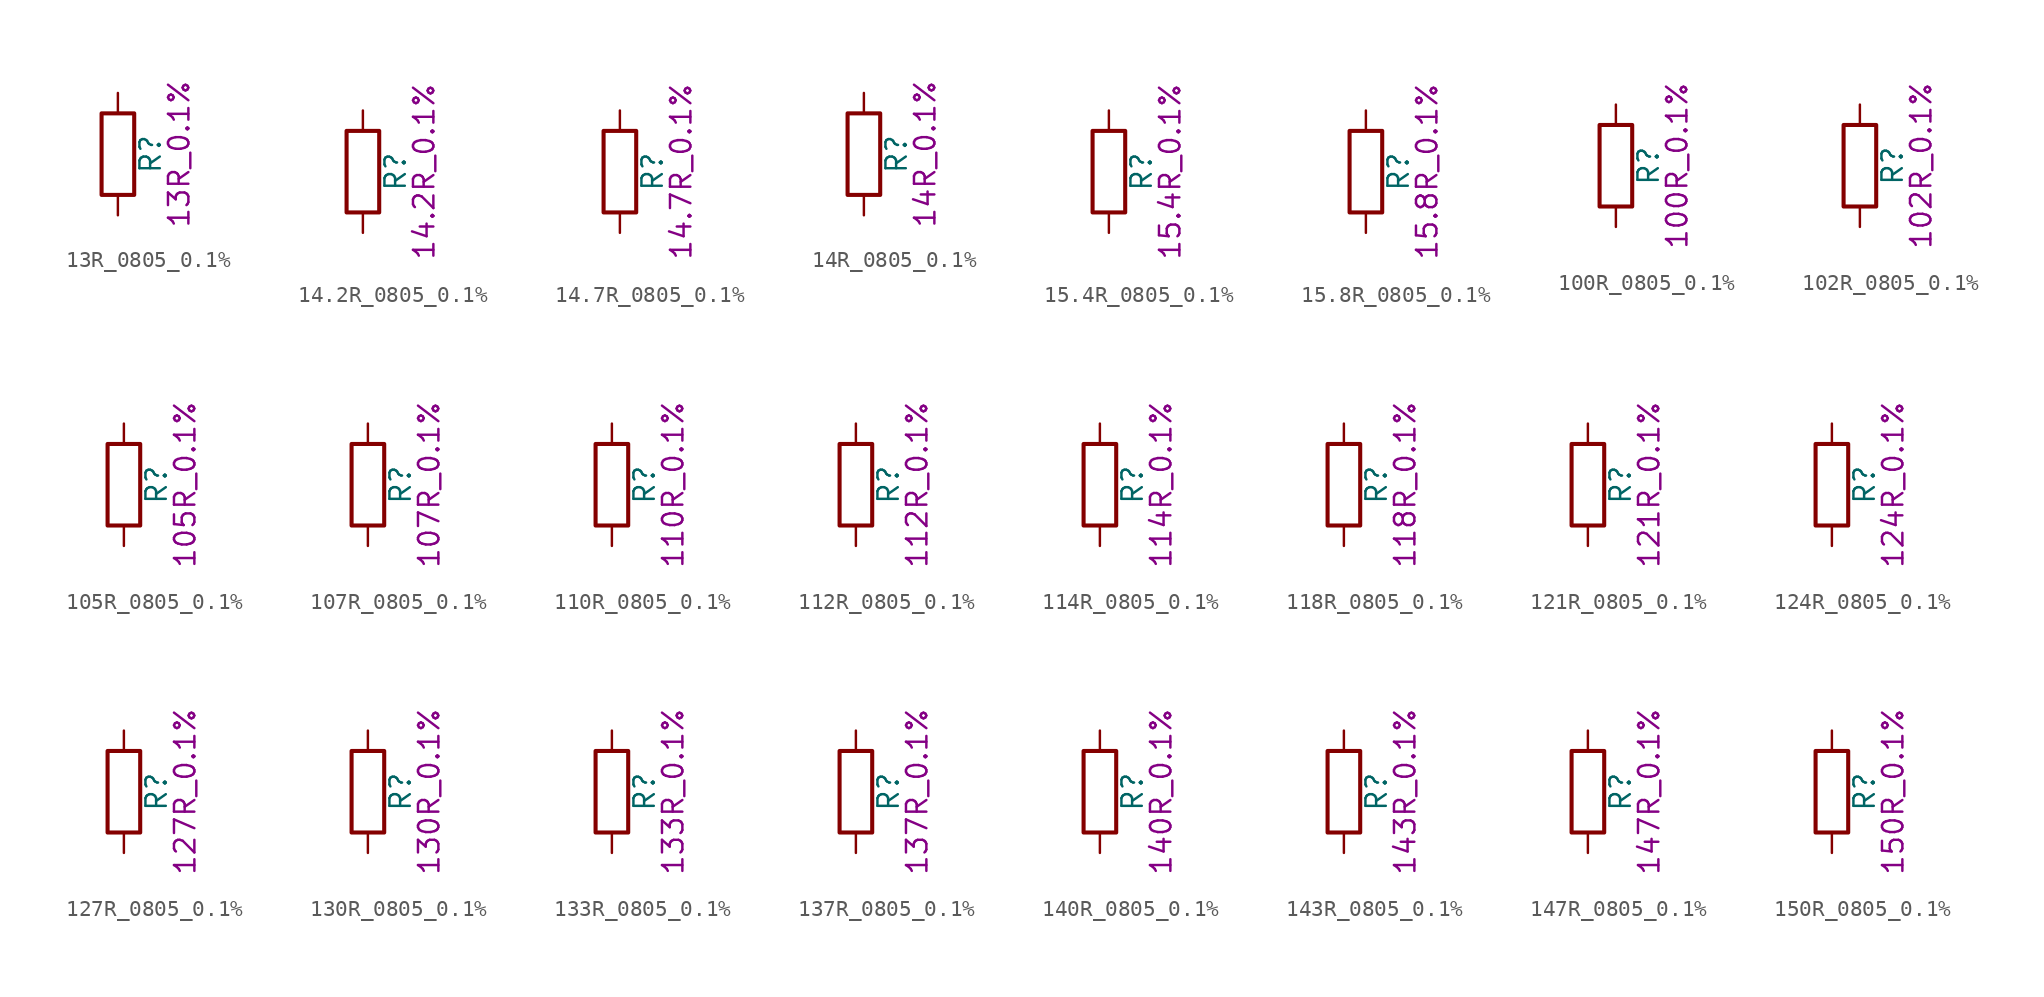
<source format=kicad_sym>
(kicad_symbol_lib
  (version 20211014)
  (generator kicad_symbol_editor)
  (symbol "13R_0805_0.1%"
    (pin_numbers hide)
    (pin_names
      (offset 0))
    (property "Reference" "R"
      (at 2.032 0 90)
      (effects (font (size 1.27 1.27))))
    (property "Display" "13R_0.1%"
      (at 3.81 0 90)
      (effects (font (size 1.27 1.27))))
    (symbol "13R_0805_0.1%_0_1"
      (rectangle (start -1.016 -2.54) (end 1.016 2.54) (stroke (width 0.254) (type default) (color 0 0 0 0)) (fill (type none))))
    (symbol "13R_0805_0.1%_1_1"
      (pin passive line (at 0 3.81 270) (length 1.27) (name "~" (effects (font (size 1.27 1.27)))) (number "1" (effects (font (size 1.27 1.27)))))
      (pin passive line (at 0 -3.81 90) (length 1.27) (name "~" (effects (font (size 1.27 1.27)))) (number "2" (effects (font (size 1.27 1.27)))))))
  (symbol "14.2R_0805_0.1%"
    (pin_numbers hide)
    (pin_names
      (offset 0))
    (property "Reference" "R"
      (at 2.032 0 90)
      (effects (font (size 1.27 1.27))))
    (property "Display" "14.2R_0.1%"
      (at 3.81 0 90)
      (effects (font (size 1.27 1.27))))
    (symbol "14.2R_0805_0.1%_0_1"
      (rectangle (start -1.016 -2.54) (end 1.016 2.54) (stroke (width 0.254) (type default) (color 0 0 0 0)) (fill (type none))))
    (symbol "14.2R_0805_0.1%_1_1"
      (pin passive line (at 0 3.81 270) (length 1.27) (name "~" (effects (font (size 1.27 1.27)))) (number "1" (effects (font (size 1.27 1.27)))))
      (pin passive line (at 0 -3.81 90) (length 1.27) (name "~" (effects (font (size 1.27 1.27)))) (number "2" (effects (font (size 1.27 1.27)))))))
  (symbol "14.7R_0805_0.1%"
    (pin_numbers hide)
    (pin_names
      (offset 0))
    (property "Reference" "R"
      (at 2.032 0 90)
      (effects (font (size 1.27 1.27))))
    (property "Display" "14.7R_0.1%"
      (at 3.81 0 90)
      (effects (font (size 1.27 1.27))))
    (symbol "14.7R_0805_0.1%_0_1"
      (rectangle (start -1.016 -2.54) (end 1.016 2.54) (stroke (width 0.254) (type default) (color 0 0 0 0)) (fill (type none))))
    (symbol "14.7R_0805_0.1%_1_1"
      (pin passive line (at 0 3.81 270) (length 1.27) (name "~" (effects (font (size 1.27 1.27)))) (number "1" (effects (font (size 1.27 1.27)))))
      (pin passive line (at 0 -3.81 90) (length 1.27) (name "~" (effects (font (size 1.27 1.27)))) (number "2" (effects (font (size 1.27 1.27)))))))
  (symbol "14R_0805_0.1%"
    (pin_numbers hide)
    (pin_names
      (offset 0))
    (property "Reference" "R"
      (at 2.032 0 90)
      (effects (font (size 1.27 1.27))))
    (property "Display" "14R_0.1%"
      (at 3.81 0 90)
      (effects (font (size 1.27 1.27))))
    (symbol "14R_0805_0.1%_0_1"
      (rectangle (start -1.016 -2.54) (end 1.016 2.54) (stroke (width 0.254) (type default) (color 0 0 0 0)) (fill (type none))))
    (symbol "14R_0805_0.1%_1_1"
      (pin passive line (at 0 3.81 270) (length 1.27) (name "~" (effects (font (size 1.27 1.27)))) (number "1" (effects (font (size 1.27 1.27)))))
      (pin passive line (at 0 -3.81 90) (length 1.27) (name "~" (effects (font (size 1.27 1.27)))) (number "2" (effects (font (size 1.27 1.27)))))))
  (symbol "15.4R_0805_0.1%"
    (pin_numbers hide)
    (pin_names
      (offset 0))
    (property "Reference" "R"
      (at 2.032 0 90)
      (effects (font (size 1.27 1.27))))
    (property "Display" "15.4R_0.1%"
      (at 3.81 0 90)
      (effects (font (size 1.27 1.27))))
    (symbol "15.4R_0805_0.1%_0_1"
      (rectangle (start -1.016 -2.54) (end 1.016 2.54) (stroke (width 0.254) (type default) (color 0 0 0 0)) (fill (type none))))
    (symbol "15.4R_0805_0.1%_1_1"
      (pin passive line (at 0 3.81 270) (length 1.27) (name "~" (effects (font (size 1.27 1.27)))) (number "1" (effects (font (size 1.27 1.27)))))
      (pin passive line (at 0 -3.81 90) (length 1.27) (name "~" (effects (font (size 1.27 1.27)))) (number "2" (effects (font (size 1.27 1.27)))))))
  (symbol "15.8R_0805_0.1%"
    (pin_numbers hide)
    (pin_names
      (offset 0))
    (property "Reference" "R"
      (at 2.032 0 90)
      (effects (font (size 1.27 1.27))))
    (property "Display" "15.8R_0.1%"
      (at 3.81 0 90)
      (effects (font (size 1.27 1.27))))
    (symbol "15.8R_0805_0.1%_0_1"
      (rectangle (start -1.016 -2.54) (end 1.016 2.54) (stroke (width 0.254) (type default) (color 0 0 0 0)) (fill (type none))))
    (symbol "15.8R_0805_0.1%_1_1"
      (pin passive line (at 0 3.81 270) (length 1.27) (name "~" (effects (font (size 1.27 1.27)))) (number "1" (effects (font (size 1.27 1.27)))))
      (pin passive line (at 0 -3.81 90) (length 1.27) (name "~" (effects (font (size 1.27 1.27)))) (number "2" (effects (font (size 1.27 1.27)))))))
  (symbol "100R_0805_0.1%"
    (pin_numbers hide)
    (pin_names
      (offset 0))
    (property "Reference" "R"
      (at 2.032 0 90)
      (effects (font (size 1.27 1.27))))
    (property "Display" "100R_0.1%"
      (at 3.81 0 90)
      (effects (font (size 1.27 1.27))))
    (symbol "100R_0805_0.1%_0_1"
      (rectangle (start -1.016 -2.54) (end 1.016 2.54) (stroke (width 0.254) (type default) (color 0 0 0 0)) (fill (type none))))
    (symbol "100R_0805_0.1%_1_1"
      (pin passive line (at 0 3.81 270) (length 1.27) (name "~" (effects (font (size 1.27 1.27)))) (number "1" (effects (font (size 1.27 1.27)))))
      (pin passive line (at 0 -3.81 90) (length 1.27) (name "~" (effects (font (size 1.27 1.27)))) (number "2" (effects (font (size 1.27 1.27)))))))
  (symbol "102R_0805_0.1%"
    (pin_numbers hide)
    (pin_names
      (offset 0))
    (property "Reference" "R"
      (at 2.032 0 90)
      (effects (font (size 1.27 1.27))))
    (property "Display" "102R_0.1%"
      (at 3.81 0 90)
      (effects (font (size 1.27 1.27))))
    (symbol "102R_0805_0.1%_0_1"
      (rectangle (start -1.016 -2.54) (end 1.016 2.54) (stroke (width 0.254) (type default) (color 0 0 0 0)) (fill (type none))))
    (symbol "102R_0805_0.1%_1_1"
      (pin passive line (at 0 3.81 270) (length 1.27) (name "~" (effects (font (size 1.27 1.27)))) (number "1" (effects (font (size 1.27 1.27)))))
      (pin passive line (at 0 -3.81 90) (length 1.27) (name "~" (effects (font (size 1.27 1.27)))) (number "2" (effects (font (size 1.27 1.27)))))))
  (symbol "105R_0805_0.1%"
    (pin_numbers hide)
    (pin_names
      (offset 0))
    (property "Reference" "R"
      (at 2.032 0 90)
      (effects (font (size 1.27 1.27))))
    (property "Display" "105R_0.1%"
      (at 3.81 0 90)
      (effects (font (size 1.27 1.27))))
    (symbol "105R_0805_0.1%_0_1"
      (rectangle (start -1.016 -2.54) (end 1.016 2.54) (stroke (width 0.254) (type default) (color 0 0 0 0)) (fill (type none))))
    (symbol "105R_0805_0.1%_1_1"
      (pin passive line (at 0 3.81 270) (length 1.27) (name "~" (effects (font (size 1.27 1.27)))) (number "1" (effects (font (size 1.27 1.27)))))
      (pin passive line (at 0 -3.81 90) (length 1.27) (name "~" (effects (font (size 1.27 1.27)))) (number "2" (effects (font (size 1.27 1.27)))))))
  (symbol "107R_0805_0.1%"
    (pin_numbers hide)
    (pin_names
      (offset 0))
    (property "Reference" "R"
      (at 2.032 0 90)
      (effects (font (size 1.27 1.27))))
    (property "Display" "107R_0.1%"
      (at 3.81 0 90)
      (effects (font (size 1.27 1.27))))
    (symbol "107R_0805_0.1%_0_1"
      (rectangle (start -1.016 -2.54) (end 1.016 2.54) (stroke (width 0.254) (type default) (color 0 0 0 0)) (fill (type none))))
    (symbol "107R_0805_0.1%_1_1"
      (pin passive line (at 0 3.81 270) (length 1.27) (name "~" (effects (font (size 1.27 1.27)))) (number "1" (effects (font (size 1.27 1.27)))))
      (pin passive line (at 0 -3.81 90) (length 1.27) (name "~" (effects (font (size 1.27 1.27)))) (number "2" (effects (font (size 1.27 1.27)))))))
  (symbol "110R_0805_0.1%"
    (pin_numbers hide)
    (pin_names
      (offset 0))
    (property "Reference" "R"
      (at 2.032 0 90)
      (effects (font (size 1.27 1.27))))
    (property "Display" "110R_0.1%"
      (at 3.81 0 90)
      (effects (font (size 1.27 1.27))))
    (symbol "110R_0805_0.1%_0_1"
      (rectangle (start -1.016 -2.54) (end 1.016 2.54) (stroke (width 0.254) (type default) (color 0 0 0 0)) (fill (type none))))
    (symbol "110R_0805_0.1%_1_1"
      (pin passive line (at 0 3.81 270) (length 1.27) (name "~" (effects (font (size 1.27 1.27)))) (number "1" (effects (font (size 1.27 1.27)))))
      (pin passive line (at 0 -3.81 90) (length 1.27) (name "~" (effects (font (size 1.27 1.27)))) (number "2" (effects (font (size 1.27 1.27)))))))
  (symbol "112R_0805_0.1%"
    (pin_numbers hide)
    (pin_names
      (offset 0))
    (property "Reference" "R"
      (at 2.032 0 90)
      (effects (font (size 1.27 1.27))))
    (property "Display" "112R_0.1%"
      (at 3.81 0 90)
      (effects (font (size 1.27 1.27))))
    (symbol "112R_0805_0.1%_0_1"
      (rectangle (start -1.016 -2.54) (end 1.016 2.54) (stroke (width 0.254) (type default) (color 0 0 0 0)) (fill (type none))))
    (symbol "112R_0805_0.1%_1_1"
      (pin passive line (at 0 3.81 270) (length 1.27) (name "~" (effects (font (size 1.27 1.27)))) (number "1" (effects (font (size 1.27 1.27)))))
      (pin passive line (at 0 -3.81 90) (length 1.27) (name "~" (effects (font (size 1.27 1.27)))) (number "2" (effects (font (size 1.27 1.27)))))))
  (symbol "114R_0805_0.1%"
    (pin_numbers hide)
    (pin_names
      (offset 0))
    (property "Reference" "R"
      (at 2.032 0 90)
      (effects (font (size 1.27 1.27))))
    (property "Display" "114R_0.1%"
      (at 3.81 0 90)
      (effects (font (size 1.27 1.27))))
    (symbol "114R_0805_0.1%_0_1"
      (rectangle (start -1.016 -2.54) (end 1.016 2.54) (stroke (width 0.254) (type default) (color 0 0 0 0)) (fill (type none))))
    (symbol "114R_0805_0.1%_1_1"
      (pin passive line (at 0 3.81 270) (length 1.27) (name "~" (effects (font (size 1.27 1.27)))) (number "1" (effects (font (size 1.27 1.27)))))
      (pin passive line (at 0 -3.81 90) (length 1.27) (name "~" (effects (font (size 1.27 1.27)))) (number "2" (effects (font (size 1.27 1.27)))))))
  (symbol "118R_0805_0.1%"
    (pin_numbers hide)
    (pin_names
      (offset 0))
    (property "Reference" "R"
      (at 2.032 0 90)
      (effects (font (size 1.27 1.27))))
    (property "Display" "118R_0.1%"
      (at 3.81 0 90)
      (effects (font (size 1.27 1.27))))
    (symbol "118R_0805_0.1%_0_1"
      (rectangle (start -1.016 -2.54) (end 1.016 2.54) (stroke (width 0.254) (type default) (color 0 0 0 0)) (fill (type none))))
    (symbol "118R_0805_0.1%_1_1"
      (pin passive line (at 0 3.81 270) (length 1.27) (name "~" (effects (font (size 1.27 1.27)))) (number "1" (effects (font (size 1.27 1.27)))))
      (pin passive line (at 0 -3.81 90) (length 1.27) (name "~" (effects (font (size 1.27 1.27)))) (number "2" (effects (font (size 1.27 1.27)))))))
  (symbol "121R_0805_0.1%"
    (pin_numbers hide)
    (pin_names
      (offset 0))
    (property "Reference" "R"
      (at 2.032 0 90)
      (effects (font (size 1.27 1.27))))
    (property "Display" "121R_0.1%"
      (at 3.81 0 90)
      (effects (font (size 1.27 1.27))))
    (symbol "121R_0805_0.1%_0_1"
      (rectangle (start -1.016 -2.54) (end 1.016 2.54) (stroke (width 0.254) (type default) (color 0 0 0 0)) (fill (type none))))
    (symbol "121R_0805_0.1%_1_1"
      (pin passive line (at 0 3.81 270) (length 1.27) (name "~" (effects (font (size 1.27 1.27)))) (number "1" (effects (font (size 1.27 1.27)))))
      (pin passive line (at 0 -3.81 90) (length 1.27) (name "~" (effects (font (size 1.27 1.27)))) (number "2" (effects (font (size 1.27 1.27)))))))
  (symbol "124R_0805_0.1%"
    (pin_numbers hide)
    (pin_names
      (offset 0))
    (property "Reference" "R"
      (at 2.032 0 90)
      (effects (font (size 1.27 1.27))))
    (property "Display" "124R_0.1%"
      (at 3.81 0 90)
      (effects (font (size 1.27 1.27))))
    (symbol "124R_0805_0.1%_0_1"
      (rectangle (start -1.016 -2.54) (end 1.016 2.54) (stroke (width 0.254) (type default) (color 0 0 0 0)) (fill (type none))))
    (symbol "124R_0805_0.1%_1_1"
      (pin passive line (at 0 3.81 270) (length 1.27) (name "~" (effects (font (size 1.27 1.27)))) (number "1" (effects (font (size 1.27 1.27)))))
      (pin passive line (at 0 -3.81 90) (length 1.27) (name "~" (effects (font (size 1.27 1.27)))) (number "2" (effects (font (size 1.27 1.27)))))))
  (symbol "127R_0805_0.1%"
    (pin_numbers hide)
    (pin_names
      (offset 0))
    (property "Reference" "R"
      (at 2.032 0 90)
      (effects (font (size 1.27 1.27))))
    (property "Display" "127R_0.1%"
      (at 3.81 0 90)
      (effects (font (size 1.27 1.27))))
    (symbol "127R_0805_0.1%_0_1"
      (rectangle (start -1.016 -2.54) (end 1.016 2.54) (stroke (width 0.254) (type default) (color 0 0 0 0)) (fill (type none))))
    (symbol "127R_0805_0.1%_1_1"
      (pin passive line (at 0 3.81 270) (length 1.27) (name "~" (effects (font (size 1.27 1.27)))) (number "1" (effects (font (size 1.27 1.27)))))
      (pin passive line (at 0 -3.81 90) (length 1.27) (name "~" (effects (font (size 1.27 1.27)))) (number "2" (effects (font (size 1.27 1.27)))))))
  (symbol "130R_0805_0.1%"
    (pin_numbers hide)
    (pin_names
      (offset 0))
    (property "Reference" "R"
      (at 2.032 0 90)
      (effects (font (size 1.27 1.27))))
    (property "Display" "130R_0.1%"
      (at 3.81 0 90)
      (effects (font (size 1.27 1.27))))
    (symbol "130R_0805_0.1%_0_1"
      (rectangle (start -1.016 -2.54) (end 1.016 2.54) (stroke (width 0.254) (type default) (color 0 0 0 0)) (fill (type none))))
    (symbol "130R_0805_0.1%_1_1"
      (pin passive line (at 0 3.81 270) (length 1.27) (name "~" (effects (font (size 1.27 1.27)))) (number "1" (effects (font (size 1.27 1.27)))))
      (pin passive line (at 0 -3.81 90) (length 1.27) (name "~" (effects (font (size 1.27 1.27)))) (number "2" (effects (font (size 1.27 1.27)))))))
  (symbol "133R_0805_0.1%"
    (pin_numbers hide)
    (pin_names
      (offset 0))
    (property "Reference" "R"
      (at 2.032 0 90)
      (effects (font (size 1.27 1.27))))
    (property "Display" "133R_0.1%"
      (at 3.81 0 90)
      (effects (font (size 1.27 1.27))))
    (symbol "133R_0805_0.1%_0_1"
      (rectangle (start -1.016 -2.54) (end 1.016 2.54) (stroke (width 0.254) (type default) (color 0 0 0 0)) (fill (type none))))
    (symbol "133R_0805_0.1%_1_1"
      (pin passive line (at 0 3.81 270) (length 1.27) (name "~" (effects (font (size 1.27 1.27)))) (number "1" (effects (font (size 1.27 1.27)))))
      (pin passive line (at 0 -3.81 90) (length 1.27) (name "~" (effects (font (size 1.27 1.27)))) (number "2" (effects (font (size 1.27 1.27)))))))
  (symbol "137R_0805_0.1%"
    (pin_numbers hide)
    (pin_names
      (offset 0))
    (property "Reference" "R"
      (at 2.032 0 90)
      (effects (font (size 1.27 1.27))))
    (property "Display" "137R_0.1%"
      (at 3.81 0 90)
      (effects (font (size 1.27 1.27))))
    (symbol "137R_0805_0.1%_0_1"
      (rectangle (start -1.016 -2.54) (end 1.016 2.54) (stroke (width 0.254) (type default) (color 0 0 0 0)) (fill (type none))))
    (symbol "137R_0805_0.1%_1_1"
      (pin passive line (at 0 3.81 270) (length 1.27) (name "~" (effects (font (size 1.27 1.27)))) (number "1" (effects (font (size 1.27 1.27)))))
      (pin passive line (at 0 -3.81 90) (length 1.27) (name "~" (effects (font (size 1.27 1.27)))) (number "2" (effects (font (size 1.27 1.27)))))))
  (symbol "140R_0805_0.1%"
    (pin_numbers hide)
    (pin_names
      (offset 0))
    (property "Reference" "R"
      (at 2.032 0 90)
      (effects (font (size 1.27 1.27))))
    (property "Display" "140R_0.1%"
      (at 3.81 0 90)
      (effects (font (size 1.27 1.27))))
    (symbol "140R_0805_0.1%_0_1"
      (rectangle (start -1.016 -2.54) (end 1.016 2.54) (stroke (width 0.254) (type default) (color 0 0 0 0)) (fill (type none))))
    (symbol "140R_0805_0.1%_1_1"
      (pin passive line (at 0 3.81 270) (length 1.27) (name "~" (effects (font (size 1.27 1.27)))) (number "1" (effects (font (size 1.27 1.27)))))
      (pin passive line (at 0 -3.81 90) (length 1.27) (name "~" (effects (font (size 1.27 1.27)))) (number "2" (effects (font (size 1.27 1.27)))))))
  (symbol "143R_0805_0.1%"
    (pin_numbers hide)
    (pin_names
      (offset 0))
    (property "Reference" "R"
      (at 2.032 0 90)
      (effects (font (size 1.27 1.27))))
    (property "Display" "143R_0.1%"
      (at 3.81 0 90)
      (effects (font (size 1.27 1.27))))
    (symbol "143R_0805_0.1%_0_1"
      (rectangle (start -1.016 -2.54) (end 1.016 2.54) (stroke (width 0.254) (type default) (color 0 0 0 0)) (fill (type none))))
    (symbol "143R_0805_0.1%_1_1"
      (pin passive line (at 0 3.81 270) (length 1.27) (name "~" (effects (font (size 1.27 1.27)))) (number "1" (effects (font (size 1.27 1.27)))))
      (pin passive line (at 0 -3.81 90) (length 1.27) (name "~" (effects (font (size 1.27 1.27)))) (number "2" (effects (font (size 1.27 1.27)))))))
  (symbol "147R_0805_0.1%"
    (pin_numbers hide)
    (pin_names
      (offset 0))
    (property "Reference" "R"
      (at 2.032 0 90)
      (effects (font (size 1.27 1.27))))
    (property "Display" "147R_0.1%"
      (at 3.81 0 90)
      (effects (font (size 1.27 1.27))))
    (symbol "147R_0805_0.1%_0_1"
      (rectangle (start -1.016 -2.54) (end 1.016 2.54) (stroke (width 0.254) (type default) (color 0 0 0 0)) (fill (type none))))
    (symbol "147R_0805_0.1%_1_1"
      (pin passive line (at 0 3.81 270) (length 1.27) (name "~" (effects (font (size 1.27 1.27)))) (number "1" (effects (font (size 1.27 1.27)))))
      (pin passive line (at 0 -3.81 90) (length 1.27) (name "~" (effects (font (size 1.27 1.27)))) (number "2" (effects (font (size 1.27 1.27)))))))
  (symbol "150R_0805_0.1%"
    (pin_numbers hide)
    (pin_names
      (offset 0))
    (property "Reference" "R"
      (at 2.032 0 90)
      (effects (font (size 1.27 1.27))))
    (property "Display" "150R_0.1%"
      (at 3.81 0 90)
      (effects (font (size 1.27 1.27))))
    (symbol "150R_0805_0.1%_0_1"
      (rectangle (start -1.016 -2.54) (end 1.016 2.54) (stroke (width 0.254) (type default) (color 0 0 0 0)) (fill (type none))))
    (symbol "150R_0805_0.1%_1_1"
      (pin passive line (at 0 3.81 270) (length 1.27) (name "~" (effects (font (size 1.27 1.27)))) (number "1" (effects (font (size 1.27 1.27)))))
      (pin passive line (at 0 -3.81 90) (length 1.27) (name "~" (effects (font (size 1.27 1.27)))) (number "2" (effects (font (size 1.27 1.27))))))))
</source>
